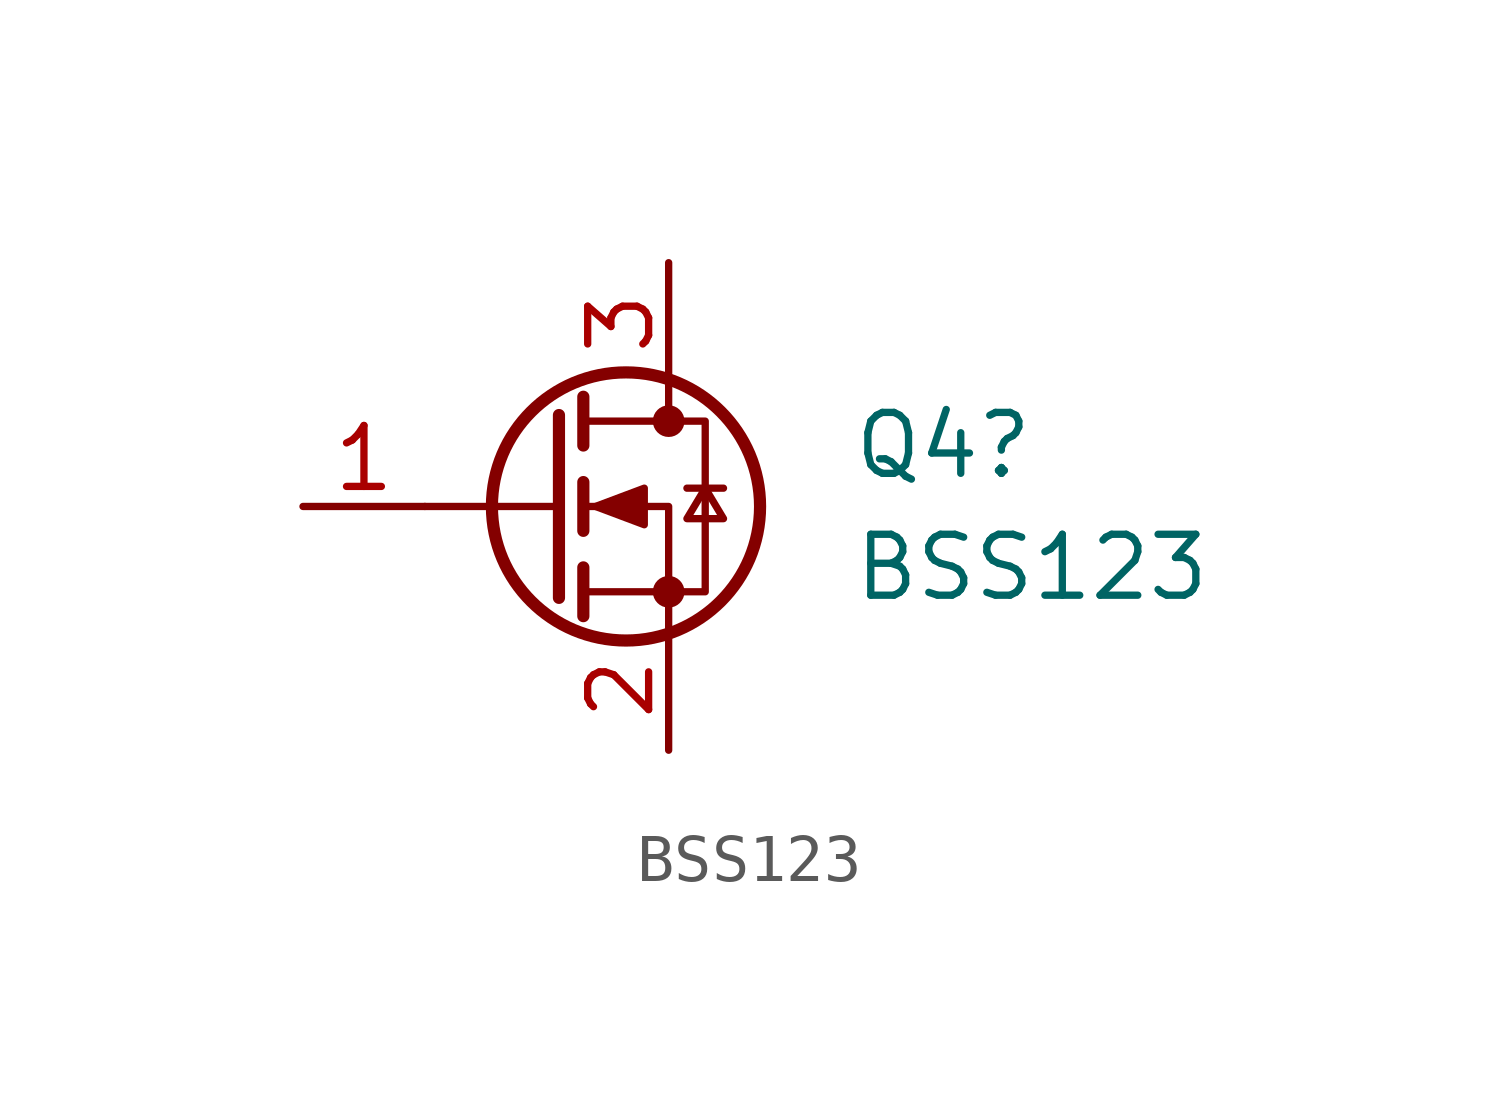
<source format=kicad_sym>
(kicad_symbol_lib
  (version 20241209)
  (generator "kicad_symbol_editor")
  (generator_version "9.0")
  (symbol "BSS123"
    (pin_names
      (offset 0)
      (hide yes))
    (property "Reference" "Q4"
      (at 6.35 1.27 0)
      (effects (font (size 1.27 1.27)) (justify left)))
    (property "Value" "BSS123"
      (at 6.35 -1.27 0)
      (effects (font (size 1.27 1.27)) (justify left)))
    (symbol "BSS123_0_1"
      (polyline (pts (xy 0.254 1.905) (xy 0.254 -1.905)) (stroke (width 0.254) (type default)) (fill (type none)))
      (polyline (pts (xy 0.254 0) (xy -2.54 0)) (stroke (width 0) (type default)) (fill (type none)))
      (polyline (pts (xy 0.762 2.286) (xy 0.762 1.27)) (stroke (width 0.254) (type default)) (fill (type none)))
      (polyline (pts (xy 0.762 0.508) (xy 0.762 -0.508)) (stroke (width 0.254) (type default)) (fill (type none)))
      (polyline (pts (xy 0.762 -1.27) (xy 0.762 -2.286)) (stroke (width 0.254) (type default)) (fill (type none)))
      (polyline (pts (xy 0.762 -1.778) (xy 3.302 -1.778) (xy 3.302 1.778) (xy 0.762 1.778)) (stroke (width 0) (type default)) (fill (type none)))
      (polyline (pts (xy 1.016 0) (xy 2.032 0.381) (xy 2.032 -0.381) (xy 1.016 0)) (stroke (width 0) (type default)) (fill (type outline)))
      (circle (center 1.651 0) (radius 2.794) (stroke (width 0.254) (type default)) (fill (type none)))
      (polyline (pts (xy 2.54 2.54) (xy 2.54 1.778)) (stroke (width 0) (type default)) (fill (type none)))
      (circle (center 2.54 1.778) (radius 0.254) (stroke (width 0) (type default)) (fill (type outline)))
      (circle (center 2.54 -1.778) (radius 0.254) (stroke (width 0) (type default)) (fill (type outline)))
      (polyline (pts (xy 2.54 -2.54) (xy 2.54 0) (xy 0.762 0)) (stroke (width 0) (type default)) (fill (type none)))
      (polyline (pts (xy 2.921 0.381) (xy 3.683 0.381)) (stroke (width 0) (type default)) (fill (type none)))
      (polyline (pts (xy 3.302 0.381) (xy 2.921 -0.254) (xy 3.683 -0.254) (xy 3.302 0.381)) (stroke (width 0) (type default)) (fill (type none))))
    (symbol "BSS123_1_1"
      (pin input line (at -5.08 0 0) (length 2.54) (name "G" (effects (font (size 1.27 1.27)))) (number "1" (effects (font (size 1.27 1.27)))))
      (pin passive line (at 2.54 5.08 270) (length 2.54) (name "D" (effects (font (size 1.27 1.27)))) (number "3" (effects (font (size 1.27 1.27)))))
      (pin passive line (at 2.54 -5.08 90) (length 2.54) (name "S" (effects (font (size 1.27 1.27)))) (number "2" (effects (font (size 1.27 1.27))))))))
</source>
